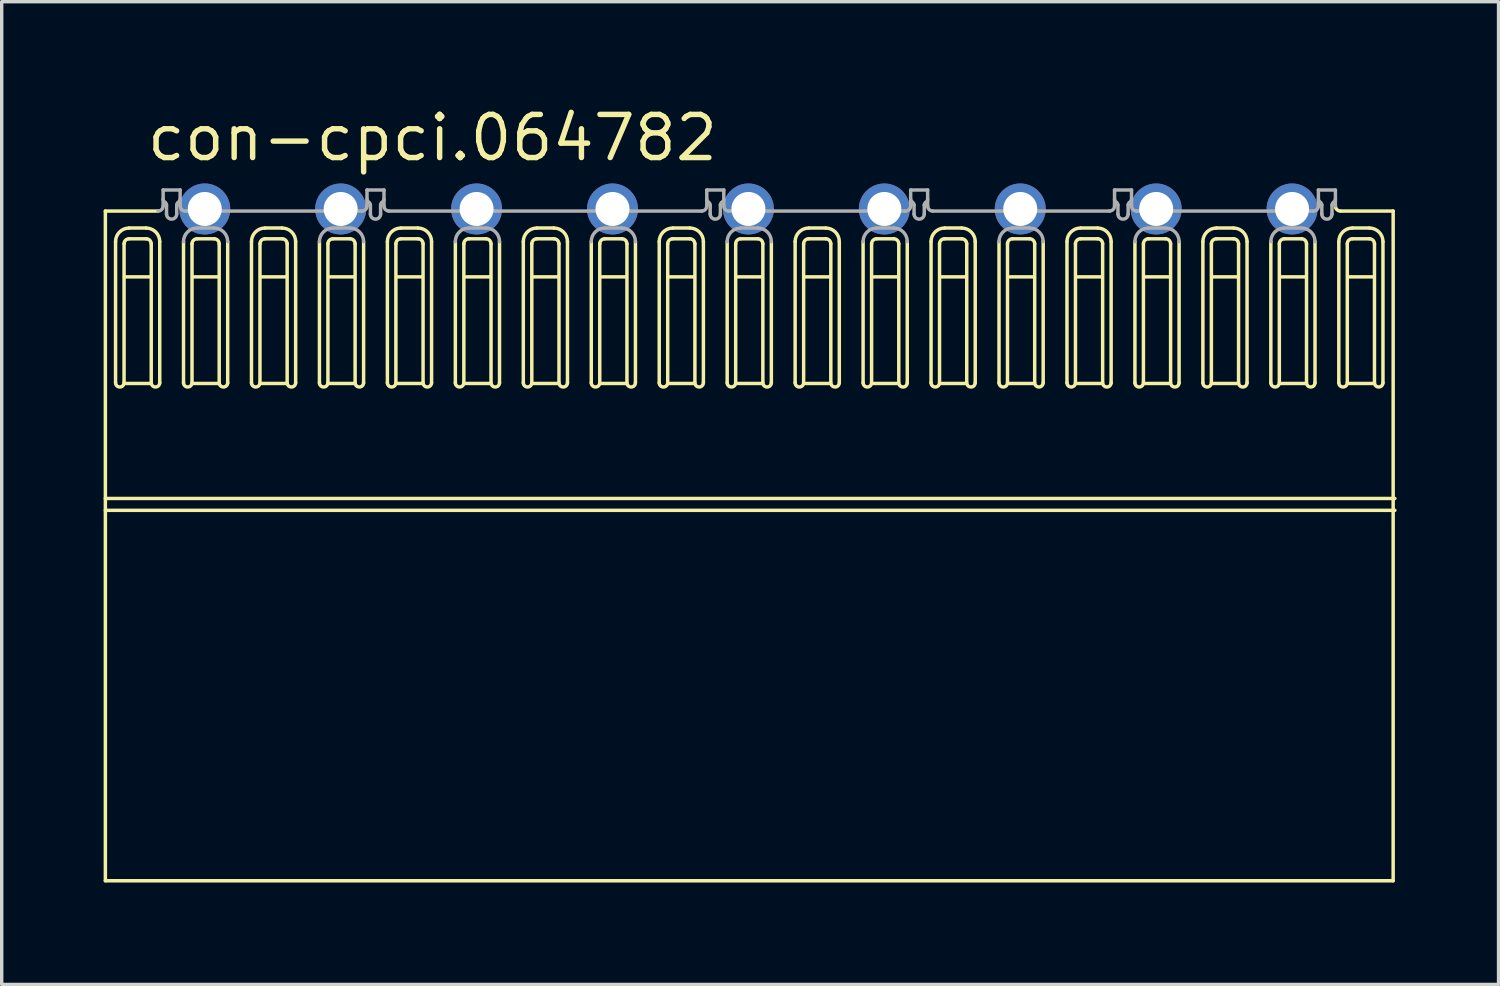
<source format=kicad_pcb>
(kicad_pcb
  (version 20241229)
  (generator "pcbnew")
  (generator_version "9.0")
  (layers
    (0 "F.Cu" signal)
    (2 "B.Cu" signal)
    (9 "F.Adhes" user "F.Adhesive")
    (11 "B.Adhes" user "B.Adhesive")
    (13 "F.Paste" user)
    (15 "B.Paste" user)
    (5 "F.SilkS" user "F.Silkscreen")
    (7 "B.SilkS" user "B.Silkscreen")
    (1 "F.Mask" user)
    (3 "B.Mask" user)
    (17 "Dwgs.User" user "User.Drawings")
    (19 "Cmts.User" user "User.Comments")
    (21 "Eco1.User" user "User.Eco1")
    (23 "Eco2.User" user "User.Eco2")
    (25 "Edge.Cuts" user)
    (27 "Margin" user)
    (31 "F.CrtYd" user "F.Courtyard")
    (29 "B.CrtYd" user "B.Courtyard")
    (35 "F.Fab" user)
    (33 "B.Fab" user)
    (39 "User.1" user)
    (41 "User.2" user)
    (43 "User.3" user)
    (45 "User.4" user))
  (footprint "con-cpci.064782"
    (layer "F.Cu")
    (at 18.976 3.1)
    (property "Reference" "con-cpci.064782" (at -17.78 -1.35 0) (layer "F.SilkS") (effects (font (size 1.27 1.27) (thickness 0.16)) (justify left bottom)))
    (attr through_hole)
    (fp_line (start -18.925 0.061) (end -18.925 19.771) (stroke (width 0.102) (type default)) (layer "F.SilkS"))
    (fp_line (start -18.925 0.061) (end -17.375 0.061) (stroke (width 0.102) (type default)) (layer "F.SilkS"))
    (fp_line (start -18.925 8.52) (end 19.025 8.52) (stroke (width 0.102) (type default)) (layer "F.SilkS"))
    (fp_line (start -18.925 8.87) (end 19.025 8.87) (stroke (width 0.102) (type default)) (layer "F.SilkS"))
    (fp_line (start -18.625 5.114) (end -18.625 0.961) (stroke (width 0.102) (type default)) (layer "F.SilkS"))
    (fp_line (start -18.375 1.027) (end -18.375 5.114) (stroke (width 0.102) (type default)) (layer "F.SilkS"))
    (fp_line (start -18.325 1.999) (end -17.625 1.999) (stroke (width 0.102) (type default)) (layer "F.SilkS"))
    (fp_line (start -18.325 5.136) (end -17.625 5.136) (stroke (width 0.102) (type default)) (layer "F.SilkS"))
    (fp_line (start -18.225 0.561) (end -17.725 0.561) (stroke (width 0.102) (type default)) (layer "F.SilkS"))
    (fp_line (start -17.725 0.877) (end -18.225 0.877) (stroke (width 0.102) (type default)) (layer "F.SilkS"))
    (fp_line (start -17.575 5.114) (end -17.575 1.027) (stroke (width 0.102) (type default)) (layer "F.SilkS"))
    (fp_line (start -17.325 0.961) (end -17.325 5.114) (stroke (width 0.102) (type default)) (layer "F.SilkS"))
    (fp_line (start -16.625 5.114) (end -16.625 0.961) (stroke (width 0.102) (type default)) (layer "F.SilkS"))
    (fp_line (start -16.375 1.027) (end -16.375 5.114) (stroke (width 0.102) (type default)) (layer "F.SilkS"))
    (fp_line (start -16.325 1.999) (end -15.625 1.999) (stroke (width 0.102) (type default)) (layer "F.SilkS"))
    (fp_line (start -16.325 5.136) (end -15.625 5.136) (stroke (width 0.102) (type default)) (layer "F.SilkS"))
    (fp_line (start -15.725 0.877) (end -16.225 0.877) (stroke (width 0.102) (type default)) (layer "F.SilkS"))
    (fp_line (start -15.575 5.114) (end -15.575 1.027) (stroke (width 0.102) (type default)) (layer "F.SilkS"))
    (fp_line (start -15.325 0.961) (end -15.325 5.114) (stroke (width 0.102) (type default)) (layer "F.SilkS"))
    (fp_line (start -14.625 5.114) (end -14.625 0.961) (stroke (width 0.102) (type default)) (layer "F.SilkS"))
    (fp_line (start -14.375 1.027) (end -14.375 5.114) (stroke (width 0.102) (type default)) (layer "F.SilkS"))
    (fp_line (start -14.325 1.999) (end -13.625 1.999) (stroke (width 0.102) (type default)) (layer "F.SilkS"))
    (fp_line (start -14.325 5.136) (end -13.625 5.136) (stroke (width 0.102) (type default)) (layer "F.SilkS"))
    (fp_line (start -14.225 0.561) (end -13.725 0.561) (stroke (width 0.102) (type default)) (layer "F.SilkS"))
    (fp_line (start -13.725 0.877) (end -14.225 0.877) (stroke (width 0.102) (type default)) (layer "F.SilkS"))
    (fp_line (start -13.575 5.114) (end -13.575 1.027) (stroke (width 0.102) (type default)) (layer "F.SilkS"))
    (fp_line (start -13.325 0.961) (end -13.325 5.114) (stroke (width 0.102) (type default)) (layer "F.SilkS"))
    (fp_line (start -12.625 5.114) (end -12.625 0.961) (stroke (width 0.102) (type default)) (layer "F.SilkS"))
    (fp_line (start -12.375 1.027) (end -12.375 5.114) (stroke (width 0.102) (type default)) (layer "F.SilkS"))
    (fp_line (start -12.325 1.999) (end -11.625 1.999) (stroke (width 0.102) (type default)) (layer "F.SilkS"))
    (fp_line (start -12.325 5.136) (end -11.625 5.136) (stroke (width 0.102) (type default)) (layer "F.SilkS"))
    (fp_line (start -11.725 0.877) (end -12.225 0.877) (stroke (width 0.102) (type default)) (layer "F.SilkS"))
    (fp_line (start -11.575 5.114) (end -11.575 1.027) (stroke (width 0.102) (type default)) (layer "F.SilkS"))
    (fp_line (start -11.325 0.961) (end -11.325 5.114) (stroke (width 0.102) (type default)) (layer "F.SilkS"))
    (fp_line (start -10.625 5.114) (end -10.625 0.961) (stroke (width 0.102) (type default)) (layer "F.SilkS"))
    (fp_line (start -10.375 1.027) (end -10.375 5.114) (stroke (width 0.102) (type default)) (layer "F.SilkS"))
    (fp_line (start -10.325 1.999) (end -9.625 1.999) (stroke (width 0.102) (type default)) (layer "F.SilkS"))
    (fp_line (start -10.325 5.136) (end -9.625 5.136) (stroke (width 0.102) (type default)) (layer "F.SilkS"))
    (fp_line (start -10.225 0.561) (end -9.725 0.561) (stroke (width 0.102) (type default)) (layer "F.SilkS"))
    (fp_line (start -9.725 0.877) (end -10.225 0.877) (stroke (width 0.102) (type default)) (layer "F.SilkS"))
    (fp_line (start -9.575 5.114) (end -9.575 1.027) (stroke (width 0.102) (type default)) (layer "F.SilkS"))
    (fp_line (start -9.325 0.961) (end -9.325 5.114) (stroke (width 0.102) (type default)) (layer "F.SilkS"))
    (fp_line (start -8.625 5.114) (end -8.625 0.961) (stroke (width 0.102) (type default)) (layer "F.SilkS"))
    (fp_line (start -8.375 1.027) (end -8.375 5.114) (stroke (width 0.102) (type default)) (layer "F.SilkS"))
    (fp_line (start -8.325 1.999) (end -7.625 1.999) (stroke (width 0.102) (type default)) (layer "F.SilkS"))
    (fp_line (start -8.325 5.136) (end -7.625 5.136) (stroke (width 0.102) (type default)) (layer "F.SilkS"))
    (fp_line (start -7.725 0.877) (end -8.225 0.877) (stroke (width 0.102) (type default)) (layer "F.SilkS"))
    (fp_line (start -7.575 5.114) (end -7.575 1.027) (stroke (width 0.102) (type default)) (layer "F.SilkS"))
    (fp_line (start -7.325 0.961) (end -7.325 5.114) (stroke (width 0.102) (type default)) (layer "F.SilkS"))
    (fp_line (start -6.625 5.114) (end -6.625 0.961) (stroke (width 0.102) (type default)) (layer "F.SilkS"))
    (fp_line (start -6.375 1.027) (end -6.375 5.114) (stroke (width 0.102) (type default)) (layer "F.SilkS"))
    (fp_line (start -6.325 1.999) (end -5.625 1.999) (stroke (width 0.102) (type default)) (layer "F.SilkS"))
    (fp_line (start -6.325 5.136) (end -5.625 5.136) (stroke (width 0.102) (type default)) (layer "F.SilkS"))
    (fp_line (start -6.225 0.561) (end -5.725 0.561) (stroke (width 0.102) (type default)) (layer "F.SilkS"))
    (fp_line (start -5.725 0.877) (end -6.225 0.877) (stroke (width 0.102) (type default)) (layer "F.SilkS"))
    (fp_line (start -5.575 5.114) (end -5.575 1.027) (stroke (width 0.102) (type default)) (layer "F.SilkS"))
    (fp_line (start -5.325 0.961) (end -5.325 5.114) (stroke (width 0.102) (type default)) (layer "F.SilkS"))
    (fp_line (start -4.625 5.114) (end -4.625 0.961) (stroke (width 0.102) (type default)) (layer "F.SilkS"))
    (fp_line (start -4.375 1.027) (end -4.375 5.114) (stroke (width 0.102) (type default)) (layer "F.SilkS"))
    (fp_line (start -4.325 1.999) (end -3.625 1.999) (stroke (width 0.102) (type default)) (layer "F.SilkS"))
    (fp_line (start -4.325 5.136) (end -3.625 5.136) (stroke (width 0.102) (type default)) (layer "F.SilkS"))
    (fp_line (start -3.725 0.877) (end -4.225 0.877) (stroke (width 0.102) (type default)) (layer "F.SilkS"))
    (fp_line (start -3.575 5.114) (end -3.575 1.027) (stroke (width 0.102) (type default)) (layer "F.SilkS"))
    (fp_line (start -3.325 0.961) (end -3.325 5.114) (stroke (width 0.102) (type default)) (layer "F.SilkS"))
    (fp_line (start -2.625 0.961) (end -2.625 5.114) (stroke (width 0.102) (type default)) (layer "F.SilkS"))
    (fp_line (start -2.375 5.114) (end -2.375 1.027) (stroke (width 0.102) (type default)) (layer "F.SilkS"))
    (fp_line (start -2.225 0.877) (end -1.725 0.877) (stroke (width 0.102) (type default)) (layer "F.SilkS"))
    (fp_line (start -1.725 0.561) (end -2.225 0.561) (stroke (width 0.102) (type default)) (layer "F.SilkS"))
    (fp_line (start -1.625 1.999) (end -2.325 1.999) (stroke (width 0.102) (type default)) (layer "F.SilkS"))
    (fp_line (start -1.625 5.136) (end -2.325 5.136) (stroke (width 0.102) (type default)) (layer "F.SilkS"))
    (fp_line (start -1.575 1.027) (end -1.575 5.114) (stroke (width 0.102) (type default)) (layer "F.SilkS"))
    (fp_line (start -1.325 5.114) (end -1.325 0.961) (stroke (width 0.102) (type default)) (layer "F.SilkS"))
    (fp_line (start -0.625 0.961) (end -0.625 5.114) (stroke (width 0.102) (type default)) (layer "F.SilkS"))
    (fp_line (start -0.375 5.114) (end -0.375 1.027) (stroke (width 0.102) (type default)) (layer "F.SilkS"))
    (fp_line (start -0.225 0.877) (end 0.275 0.877) (stroke (width 0.102) (type default)) (layer "F.SilkS"))
    (fp_line (start 0.375 1.999) (end -0.325 1.999) (stroke (width 0.102) (type default)) (layer "F.SilkS"))
    (fp_line (start 0.375 5.136) (end -0.325 5.136) (stroke (width 0.102) (type default)) (layer "F.SilkS"))
    (fp_line (start 0.425 1.027) (end 0.425 5.114) (stroke (width 0.102) (type default)) (layer "F.SilkS"))
    (fp_line (start 0.675 5.114) (end 0.675 0.961) (stroke (width 0.102) (type default)) (layer "F.SilkS"))
    (fp_line (start 1.375 0.961) (end 1.375 5.114) (stroke (width 0.102) (type default)) (layer "F.SilkS"))
    (fp_line (start 1.625 5.114) (end 1.625 1.027) (stroke (width 0.102) (type default)) (layer "F.SilkS"))
    (fp_line (start 1.775 0.877) (end 2.275 0.877) (stroke (width 0.102) (type default)) (layer "F.SilkS"))
    (fp_line (start 2.275 0.561) (end 1.775 0.561) (stroke (width 0.102) (type default)) (layer "F.SilkS"))
    (fp_line (start 2.375 1.999) (end 1.675 1.999) (stroke (width 0.102) (type default)) (layer "F.SilkS"))
    (fp_line (start 2.375 5.136) (end 1.675 5.136) (stroke (width 0.102) (type default)) (layer "F.SilkS"))
    (fp_line (start 2.425 1.027) (end 2.425 5.114) (stroke (width 0.102) (type default)) (layer "F.SilkS"))
    (fp_line (start 2.675 5.114) (end 2.675 0.961) (stroke (width 0.102) (type default)) (layer "F.SilkS"))
    (fp_line (start 3.375 0.961) (end 3.375 5.114) (stroke (width 0.102) (type default)) (layer "F.SilkS"))
    (fp_line (start 3.625 5.114) (end 3.625 1.027) (stroke (width 0.102) (type default)) (layer "F.SilkS"))
    (fp_line (start 3.775 0.877) (end 4.275 0.877) (stroke (width 0.102) (type default)) (layer "F.SilkS"))
    (fp_line (start 4.375 1.999) (end 3.675 1.999) (stroke (width 0.102) (type default)) (layer "F.SilkS"))
    (fp_line (start 4.375 5.136) (end 3.675 5.136) (stroke (width 0.102) (type default)) (layer "F.SilkS"))
    (fp_line (start 4.425 1.027) (end 4.425 5.114) (stroke (width 0.102) (type default)) (layer "F.SilkS"))
    (fp_line (start 4.675 5.114) (end 4.675 0.961) (stroke (width 0.102) (type default)) (layer "F.SilkS"))
    (fp_line (start 5.375 0.961) (end 5.375 5.114) (stroke (width 0.102) (type default)) (layer "F.SilkS"))
    (fp_line (start 5.625 5.114) (end 5.625 1.027) (stroke (width 0.102) (type default)) (layer "F.SilkS"))
    (fp_line (start 5.775 0.877) (end 6.275 0.877) (stroke (width 0.102) (type default)) (layer "F.SilkS"))
    (fp_line (start 6.275 0.561) (end 5.775 0.561) (stroke (width 0.102) (type default)) (layer "F.SilkS"))
    (fp_line (start 6.375 1.999) (end 5.675 1.999) (stroke (width 0.102) (type default)) (layer "F.SilkS"))
    (fp_line (start 6.375 5.136) (end 5.675 5.136) (stroke (width 0.102) (type default)) (layer "F.SilkS"))
    (fp_line (start 6.425 1.027) (end 6.425 5.114) (stroke (width 0.102) (type default)) (layer "F.SilkS"))
    (fp_line (start 6.675 5.114) (end 6.675 0.961) (stroke (width 0.102) (type default)) (layer "F.SilkS"))
    (fp_line (start 7.375 0.961) (end 7.375 5.114) (stroke (width 0.102) (type default)) (layer "F.SilkS"))
    (fp_line (start 7.625 5.114) (end 7.625 1.027) (stroke (width 0.102) (type default)) (layer "F.SilkS"))
    (fp_line (start 7.775 0.877) (end 8.275 0.877) (stroke (width 0.102) (type default)) (layer "F.SilkS"))
    (fp_line (start 8.375 1.999) (end 7.675 1.999) (stroke (width 0.102) (type default)) (layer "F.SilkS"))
    (fp_line (start 8.375 5.136) (end 7.675 5.136) (stroke (width 0.102) (type default)) (layer "F.SilkS"))
    (fp_line (start 8.425 1.027) (end 8.425 5.114) (stroke (width 0.102) (type default)) (layer "F.SilkS"))
    (fp_line (start 8.675 5.114) (end 8.675 0.961) (stroke (width 0.102) (type default)) (layer "F.SilkS"))
    (fp_line (start 9.375 0.961) (end 9.375 5.114) (stroke (width 0.102) (type default)) (layer "F.SilkS"))
    (fp_line (start 9.625 5.114) (end 9.625 1.027) (stroke (width 0.102) (type default)) (layer "F.SilkS"))
    (fp_line (start 9.775 0.877) (end 10.275 0.877) (stroke (width 0.102) (type default)) (layer "F.SilkS"))
    (fp_line (start 10.275 0.561) (end 9.775 0.561) (stroke (width 0.102) (type default)) (layer "F.SilkS"))
    (fp_line (start 10.375 1.999) (end 9.675 1.999) (stroke (width 0.102) (type default)) (layer "F.SilkS"))
    (fp_line (start 10.375 5.136) (end 9.675 5.136) (stroke (width 0.102) (type default)) (layer "F.SilkS"))
    (fp_line (start 10.425 1.027) (end 10.425 5.114) (stroke (width 0.102) (type default)) (layer "F.SilkS"))
    (fp_line (start 10.675 5.114) (end 10.675 0.961) (stroke (width 0.102) (type default)) (layer "F.SilkS"))
    (fp_line (start 11.375 0.961) (end 11.375 5.114) (stroke (width 0.102) (type default)) (layer "F.SilkS"))
    (fp_line (start 11.625 5.114) (end 11.625 1.027) (stroke (width 0.102) (type default)) (layer "F.SilkS"))
    (fp_line (start 11.775 0.877) (end 12.275 0.877) (stroke (width 0.102) (type default)) (layer "F.SilkS"))
    (fp_line (start 12.375 1.999) (end 11.675 1.999) (stroke (width 0.102) (type default)) (layer "F.SilkS"))
    (fp_line (start 12.375 5.136) (end 11.675 5.136) (stroke (width 0.102) (type default)) (layer "F.SilkS"))
    (fp_line (start 12.425 1.027) (end 12.425 5.114) (stroke (width 0.102) (type default)) (layer "F.SilkS"))
    (fp_line (start 12.675 5.114) (end 12.675 0.961) (stroke (width 0.102) (type default)) (layer "F.SilkS"))
    (fp_line (start 13.375 0.961) (end 13.375 5.114) (stroke (width 0.102) (type default)) (layer "F.SilkS"))
    (fp_line (start 13.625 5.114) (end 13.625 1.027) (stroke (width 0.102) (type default)) (layer "F.SilkS"))
    (fp_line (start 13.775 0.877) (end 14.275 0.877) (stroke (width 0.102) (type default)) (layer "F.SilkS"))
    (fp_line (start 14.275 0.561) (end 13.775 0.561) (stroke (width 0.102) (type default)) (layer "F.SilkS"))
    (fp_line (start 14.375 1.999) (end 13.675 1.999) (stroke (width 0.102) (type default)) (layer "F.SilkS"))
    (fp_line (start 14.375 5.136) (end 13.675 5.136) (stroke (width 0.102) (type default)) (layer "F.SilkS"))
    (fp_line (start 14.425 1.027) (end 14.425 5.114) (stroke (width 0.102) (type default)) (layer "F.SilkS"))
    (fp_line (start 14.675 5.114) (end 14.675 0.961) (stroke (width 0.102) (type default)) (layer "F.SilkS"))
    (fp_line (start 15.375 0.961) (end 15.375 5.114) (stroke (width 0.102) (type default)) (layer "F.SilkS"))
    (fp_line (start 15.625 5.114) (end 15.625 1.027) (stroke (width 0.102) (type default)) (layer "F.SilkS"))
    (fp_line (start 15.775 0.877) (end 16.275 0.877) (stroke (width 0.102) (type default)) (layer "F.SilkS"))
    (fp_line (start 16.375 1.999) (end 15.675 1.999) (stroke (width 0.102) (type default)) (layer "F.SilkS"))
    (fp_line (start 16.375 5.136) (end 15.675 5.136) (stroke (width 0.102) (type default)) (layer "F.SilkS"))
    (fp_line (start 16.425 1.027) (end 16.425 5.114) (stroke (width 0.102) (type default)) (layer "F.SilkS"))
    (fp_line (start 16.675 5.114) (end 16.675 0.961) (stroke (width 0.102) (type default)) (layer "F.SilkS"))
    (fp_line (start 17.375 0.961) (end 17.375 5.114) (stroke (width 0.102) (type default)) (layer "F.SilkS"))
    (fp_line (start 17.425 0.061) (end 18.975 0.061) (stroke (width 0.102) (type default)) (layer "F.SilkS"))
    (fp_line (start 17.625 5.114) (end 17.625 1.027) (stroke (width 0.102) (type default)) (layer "F.SilkS"))
    (fp_line (start 17.775 0.877) (end 18.275 0.877) (stroke (width 0.102) (type default)) (layer "F.SilkS"))
    (fp_line (start 18.275 0.561) (end 17.775 0.561) (stroke (width 0.102) (type default)) (layer "F.SilkS"))
    (fp_line (start 18.375 1.999) (end 17.675 1.999) (stroke (width 0.102) (type default)) (layer "F.SilkS"))
    (fp_line (start 18.375 5.136) (end 17.675 5.136) (stroke (width 0.102) (type default)) (layer "F.SilkS"))
    (fp_line (start 18.425 1.027) (end 18.425 5.114) (stroke (width 0.102) (type default)) (layer "F.SilkS"))
    (fp_line (start 18.675 5.114) (end 18.675 0.961) (stroke (width 0.102) (type default)) (layer "F.SilkS"))
    (fp_line (start 18.975 0.061) (end 18.975 19.771) (stroke (width 0.102) (type default)) (layer "F.SilkS"))
    (fp_line (start 18.975 19.771) (end -18.925 19.771) (stroke (width 0.102) (type default)) (layer "F.SilkS"))
    (fp_arc (start -18.6252 0.9612) (mid -18.508043 0.678357) (end -18.2252 0.5612) (stroke (width 0.1016) (type default)) (layer "F.SilkS"))
    (fp_arc (start -18.3752 1.0269) (mid -18.331266 0.920834) (end -18.2252 0.8769) (stroke (width 0.1016) (type default)) (layer "F.SilkS"))
    (fp_arc (start -18.3752 5.1139) (mid -18.5002 5.2389) (end -18.6252 5.1139) (stroke (width 0.1016) (type default)) (layer "F.SilkS"))
    (fp_arc (start -17.7252 0.5612) (mid -17.442357 0.678357) (end -17.3252 0.9612) (stroke (width 0.1016) (type default)) (layer "F.SilkS"))
    (fp_arc (start -17.7252 0.8769) (mid -17.619134 0.920834) (end -17.5752 1.0269) (stroke (width 0.1016) (type default)) (layer "F.SilkS"))
    (fp_arc (start -17.3252 5.1139) (mid -17.4502 5.2389) (end -17.5752 5.1139) (stroke (width 0.1016) (type default)) (layer "F.SilkS"))
    (fp_arc (start -16.3752 1.0269) (mid -16.331266 0.920834) (end -16.2252 0.8769) (stroke (width 0.1016) (type default)) (layer "F.SilkS"))
    (fp_arc (start -16.3752 5.1139) (mid -16.5002 5.2389) (end -16.6252 5.1139) (stroke (width 0.1016) (type default)) (layer "F.SilkS"))
    (fp_arc (start -15.7252 0.8769) (mid -15.619134 0.920834) (end -15.5752 1.0269) (stroke (width 0.1016) (type default)) (layer "F.SilkS"))
    (fp_arc (start -15.3252 5.1139) (mid -15.4502 5.2389) (end -15.5752 5.1139) (stroke (width 0.1016) (type default)) (layer "F.SilkS"))
    (fp_arc (start -14.6252 0.9612) (mid -14.508043 0.678357) (end -14.2252 0.5612) (stroke (width 0.1016) (type default)) (layer "F.SilkS"))
    (fp_arc (start -14.3752 1.0269) (mid -14.331266 0.920834) (end -14.2252 0.8769) (stroke (width 0.1016) (type default)) (layer "F.SilkS"))
    (fp_arc (start -14.3752 5.1139) (mid -14.5002 5.2389) (end -14.6252 5.1139) (stroke (width 0.1016) (type default)) (layer "F.SilkS"))
    (fp_arc (start -13.7252 0.5612) (mid -13.442357 0.678357) (end -13.3252 0.9612) (stroke (width 0.1016) (type default)) (layer "F.SilkS"))
    (fp_arc (start -13.7252 0.8769) (mid -13.619134 0.920834) (end -13.5752 1.0269) (stroke (width 0.1016) (type default)) (layer "F.SilkS"))
    (fp_arc (start -13.3252 5.1139) (mid -13.4502 5.2389) (end -13.5752 5.1139) (stroke (width 0.1016) (type default)) (layer "F.SilkS"))
    (fp_arc (start -12.3752 1.0269) (mid -12.331266 0.920834) (end -12.2252 0.8769) (stroke (width 0.1016) (type default)) (layer "F.SilkS"))
    (fp_arc (start -12.3752 5.1139) (mid -12.5002 5.2389) (end -12.6252 5.1139) (stroke (width 0.1016) (type default)) (layer "F.SilkS"))
    (fp_arc (start -11.7252 0.8769) (mid -11.619134 0.920834) (end -11.5752 1.0269) (stroke (width 0.1016) (type default)) (layer "F.SilkS"))
    (fp_arc (start -11.3252 5.1139) (mid -11.4502 5.2389) (end -11.5752 5.1139) (stroke (width 0.1016) (type default)) (layer "F.SilkS"))
    (fp_arc (start -10.6252 0.9612) (mid -10.508043 0.678357) (end -10.2252 0.5612) (stroke (width 0.1016) (type default)) (layer "F.SilkS"))
    (fp_arc (start -10.3752 1.0269) (mid -10.331266 0.920834) (end -10.2252 0.8769) (stroke (width 0.1016) (type default)) (layer "F.SilkS"))
    (fp_arc (start -10.3752 5.1139) (mid -10.5002 5.2389) (end -10.6252 5.1139) (stroke (width 0.1016) (type default)) (layer "F.SilkS"))
    (fp_arc (start -9.7252 0.5612) (mid -9.442357 0.678357) (end -9.3252 0.9612) (stroke (width 0.1016) (type default)) (layer "F.SilkS"))
    (fp_arc (start -9.7252 0.8769) (mid -9.619134 0.920834) (end -9.5752 1.0269) (stroke (width 0.1016) (type default)) (layer "F.SilkS"))
    (fp_arc (start -9.3252 5.1139) (mid -9.4502 5.2389) (end -9.5752 5.1139) (stroke (width 0.1016) (type default)) (layer "F.SilkS"))
    (fp_arc (start -8.3752 1.0269) (mid -8.331266 0.920834) (end -8.2252 0.8769) (stroke (width 0.1016) (type default)) (layer "F.SilkS"))
    (fp_arc (start -8.3752 5.1139) (mid -8.5002 5.2389) (end -8.6252 5.1139) (stroke (width 0.1016) (type default)) (layer "F.SilkS"))
    (fp_arc (start -7.7252 0.8769) (mid -7.619134 0.920834) (end -7.5752 1.0269) (stroke (width 0.1016) (type default)) (layer "F.SilkS"))
    (fp_arc (start -7.3252 5.1139) (mid -7.4502 5.2389) (end -7.5752 5.1139) (stroke (width 0.1016) (type default)) (layer "F.SilkS"))
    (fp_arc (start -6.6252 0.9612) (mid -6.508043 0.678357) (end -6.2252 0.5612) (stroke (width 0.1016) (type default)) (layer "F.SilkS"))
    (fp_arc (start -6.3752 1.0269) (mid -6.331266 0.920834) (end -6.2252 0.8769) (stroke (width 0.1016) (type default)) (layer "F.SilkS"))
    (fp_arc (start -6.3752 5.1139) (mid -6.5002 5.2389) (end -6.6252 5.1139) (stroke (width 0.1016) (type default)) (layer "F.SilkS"))
    (fp_arc (start -5.7252 0.5612) (mid -5.442357 0.678357) (end -5.3252 0.9612) (stroke (width 0.1016) (type default)) (layer "F.SilkS"))
    (fp_arc (start -5.7252 0.8769) (mid -5.619134 0.920834) (end -5.5752 1.0269) (stroke (width 0.1016) (type default)) (layer "F.SilkS"))
    (fp_arc (start -5.3252 5.1139) (mid -5.4502 5.2389) (end -5.5752 5.1139) (stroke (width 0.1016) (type default)) (layer "F.SilkS"))
    (fp_arc (start -4.3752 1.0269) (mid -4.331266 0.920834) (end -4.2252 0.8769) (stroke (width 0.1016) (type default)) (layer "F.SilkS"))
    (fp_arc (start -4.3752 5.1139) (mid -4.5002 5.2389) (end -4.6252 5.1139) (stroke (width 0.1016) (type default)) (layer "F.SilkS"))
    (fp_arc (start -3.7252 0.8769) (mid -3.619134 0.920834) (end -3.5752 1.0269) (stroke (width 0.1016) (type default)) (layer "F.SilkS"))
    (fp_arc (start -3.3252 5.1139) (mid -3.4502 5.2389) (end -3.5752 5.1139) (stroke (width 0.1016) (type default)) (layer "F.SilkS"))
    (fp_arc (start -2.6252 0.9612) (mid -2.508043 0.678357) (end -2.2252 0.5612) (stroke (width 0.1016) (type default)) (layer "F.SilkS"))
    (fp_arc (start -2.3752 1.0269) (mid -2.331266 0.920834) (end -2.2252 0.8769) (stroke (width 0.1016) (type default)) (layer "F.SilkS"))
    (fp_arc (start -2.3752 5.1139) (mid -2.5002 5.2389) (end -2.6252 5.1139) (stroke (width 0.1016) (type default)) (layer "F.SilkS"))
    (fp_arc (start -1.7252 0.5612) (mid -1.442357 0.678357) (end -1.3252 0.9612) (stroke (width 0.1016) (type default)) (layer "F.SilkS"))
    (fp_arc (start -1.7252 0.8769) (mid -1.619134 0.920834) (end -1.5752 1.0269) (stroke (width 0.1016) (type default)) (layer "F.SilkS"))
    (fp_arc (start -1.3252 5.1139) (mid -1.4502 5.2389) (end -1.5752 5.1139) (stroke (width 0.1016) (type default)) (layer "F.SilkS"))
    (fp_arc (start -0.3752 1.0269) (mid -0.331266 0.920834) (end -0.2252 0.8769) (stroke (width 0.1016) (type default)) (layer "F.SilkS"))
    (fp_arc (start -0.3752 5.1139) (mid -0.5002 5.2389) (end -0.6252 5.1139) (stroke (width 0.1016) (type default)) (layer "F.SilkS"))
    (fp_arc (start 0.2748 0.8769) (mid 0.380866 0.920834) (end 0.4248 1.0269) (stroke (width 0.1016) (type default)) (layer "F.SilkS"))
    (fp_arc (start 0.6748 5.1139) (mid 0.5498 5.2389) (end 0.4248 5.1139) (stroke (width 0.1016) (type default)) (layer "F.SilkS"))
    (fp_arc (start 1.3748 0.9612) (mid 1.491957 0.678357) (end 1.7748 0.5612) (stroke (width 0.1016) (type default)) (layer "F.SilkS"))
    (fp_arc (start 1.6248 1.0269) (mid 1.668734 0.920834) (end 1.7748 0.8769) (stroke (width 0.1016) (type default)) (layer "F.SilkS"))
    (fp_arc (start 1.6248 5.1139) (mid 1.4998 5.2389) (end 1.3748 5.1139) (stroke (width 0.1016) (type default)) (layer "F.SilkS"))
    (fp_arc (start 2.2748 0.5612) (mid 2.557643 0.678357) (end 2.6748 0.9612) (stroke (width 0.1016) (type default)) (layer "F.SilkS"))
    (fp_arc (start 2.2748 0.8769) (mid 2.380866 0.920834) (end 2.4248 1.0269) (stroke (width 0.1016) (type default)) (layer "F.SilkS"))
    (fp_arc (start 2.6748 5.1139) (mid 2.5498 5.2389) (end 2.4248 5.1139) (stroke (width 0.1016) (type default)) (layer "F.SilkS"))
    (fp_arc (start 3.6248 1.0269) (mid 3.668734 0.920834) (end 3.7748 0.8769) (stroke (width 0.1016) (type default)) (layer "F.SilkS"))
    (fp_arc (start 3.6248 5.1139) (mid 3.4998 5.2389) (end 3.3748 5.1139) (stroke (width 0.1016) (type default)) (layer "F.SilkS"))
    (fp_arc (start 4.2748 0.8769) (mid 4.380866 0.920834) (end 4.4248 1.0269) (stroke (width 0.1016) (type default)) (layer "F.SilkS"))
    (fp_arc (start 4.6748 5.1139) (mid 4.5498 5.2389) (end 4.4248 5.1139) (stroke (width 0.1016) (type default)) (layer "F.SilkS"))
    (fp_arc (start 5.3748 0.9612) (mid 5.491957 0.678357) (end 5.7748 0.5612) (stroke (width 0.1016) (type default)) (layer "F.SilkS"))
    (fp_arc (start 5.6248 1.0269) (mid 5.668734 0.920834) (end 5.7748 0.8769) (stroke (width 0.1016) (type default)) (layer "F.SilkS"))
    (fp_arc (start 5.6248 5.1139) (mid 5.4998 5.2389) (end 5.3748 5.1139) (stroke (width 0.1016) (type default)) (layer "F.SilkS"))
    (fp_arc (start 6.2748 0.5612) (mid 6.557643 0.678357) (end 6.6748 0.9612) (stroke (width 0.1016) (type default)) (layer "F.SilkS"))
    (fp_arc (start 6.2748 0.8769) (mid 6.380866 0.920834) (end 6.4248 1.0269) (stroke (width 0.1016) (type default)) (layer "F.SilkS"))
    (fp_arc (start 6.6748 5.1139) (mid 6.5498 5.2389) (end 6.4248 5.1139) (stroke (width 0.1016) (type default)) (layer "F.SilkS"))
    (fp_arc (start 7.6248 1.0269) (mid 7.668734 0.920834) (end 7.7748 0.8769) (stroke (width 0.1016) (type default)) (layer "F.SilkS"))
    (fp_arc (start 7.6248 5.1139) (mid 7.4998 5.2389) (end 7.3748 5.1139) (stroke (width 0.1016) (type default)) (layer "F.SilkS"))
    (fp_arc (start 8.2748 0.8769) (mid 8.380866 0.920834) (end 8.4248 1.0269) (stroke (width 0.1016) (type default)) (layer "F.SilkS"))
    (fp_arc (start 8.6748 5.1139) (mid 8.5498 5.2389) (end 8.4248 5.1139) (stroke (width 0.1016) (type default)) (layer "F.SilkS"))
    (fp_arc (start 9.3748 0.9612) (mid 9.491957 0.678357) (end 9.7748 0.5612) (stroke (width 0.1016) (type default)) (layer "F.SilkS"))
    (fp_arc (start 9.6248 1.0269) (mid 9.668734 0.920834) (end 9.7748 0.8769) (stroke (width 0.1016) (type default)) (layer "F.SilkS"))
    (fp_arc (start 9.6248 5.1139) (mid 9.4998 5.2389) (end 9.3748 5.1139) (stroke (width 0.1016) (type default)) (layer "F.SilkS"))
    (fp_arc (start 10.2748 0.5612) (mid 10.557643 0.678357) (end 10.6748 0.9612) (stroke (width 0.1016) (type default)) (layer "F.SilkS"))
    (fp_arc (start 10.2748 0.8769) (mid 10.380866 0.920834) (end 10.4248 1.0269) (stroke (width 0.1016) (type default)) (layer "F.SilkS"))
    (fp_arc (start 10.6748 5.1139) (mid 10.5498 5.2389) (end 10.4248 5.1139) (stroke (width 0.1016) (type default)) (layer "F.SilkS"))
    (fp_arc (start 11.6248 1.0269) (mid 11.668734 0.920834) (end 11.7748 0.8769) (stroke (width 0.1016) (type default)) (layer "F.SilkS"))
    (fp_arc (start 11.6248 5.1139) (mid 11.4998 5.2389) (end 11.3748 5.1139) (stroke (width 0.1016) (type default)) (layer "F.SilkS"))
    (fp_arc (start 12.2748 0.8769) (mid 12.380866 0.920834) (end 12.4248 1.0269) (stroke (width 0.1016) (type default)) (layer "F.SilkS"))
    (fp_arc (start 12.6748 5.1139) (mid 12.5498 5.2389) (end 12.4248 5.1139) (stroke (width 0.1016) (type default)) (layer "F.SilkS"))
    (fp_arc (start 13.3748 0.9612) (mid 13.491957 0.678357) (end 13.7748 0.5612) (stroke (width 0.1016) (type default)) (layer "F.SilkS"))
    (fp_arc (start 13.6248 1.0269) (mid 13.668734 0.920834) (end 13.7748 0.8769) (stroke (width 0.1016) (type default)) (layer "F.SilkS"))
    (fp_arc (start 13.6248 5.1139) (mid 13.4998 5.2389) (end 13.3748 5.1139) (stroke (width 0.1016) (type default)) (layer "F.SilkS"))
    (fp_arc (start 14.2748 0.5612) (mid 14.557643 0.678357) (end 14.6748 0.9612) (stroke (width 0.1016) (type default)) (layer "F.SilkS"))
    (fp_arc (start 14.2748 0.8769) (mid 14.380866 0.920834) (end 14.4248 1.0269) (stroke (width 0.1016) (type default)) (layer "F.SilkS"))
    (fp_arc (start 14.6748 5.1139) (mid 14.5498 5.2389) (end 14.4248 5.1139) (stroke (width 0.1016) (type default)) (layer "F.SilkS"))
    (fp_arc (start 15.6248 1.0269) (mid 15.668734 0.920834) (end 15.7748 0.8769) (stroke (width 0.1016) (type default)) (layer "F.SilkS"))
    (fp_arc (start 15.6248 5.1139) (mid 15.4998 5.2389) (end 15.3748 5.1139) (stroke (width 0.1016) (type default)) (layer "F.SilkS"))
    (fp_arc (start 16.2748 0.8769) (mid 16.380866 0.920834) (end 16.4248 1.0269) (stroke (width 0.1016) (type default)) (layer "F.SilkS"))
    (fp_arc (start 16.6748 5.1139) (mid 16.5498 5.2389) (end 16.4248 5.1139) (stroke (width 0.1016) (type default)) (layer "F.SilkS"))
    (fp_arc (start 17.3748 0.9612) (mid 17.491957 0.678357) (end 17.7748 0.5612) (stroke (width 0.1016) (type default)) (layer "F.SilkS"))
    (fp_arc (start 17.4249 0.0612) (mid 17.318769 0.017301) (end 17.2748 -0.0888) (stroke (width 0.1016) (type default)) (layer "F.SilkS"))
    (fp_arc (start 17.6248 1.0269) (mid 17.668734 0.920834) (end 17.7748 0.8769) (stroke (width 0.1016) (type default)) (layer "F.SilkS"))
    (fp_arc (start 17.6248 5.1139) (mid 17.4998 5.2389) (end 17.3748 5.1139) (stroke (width 0.1016) (type default)) (layer "F.SilkS"))
    (fp_arc (start 18.2748 0.5612) (mid 18.557643 0.678357) (end 18.6748 0.9612) (stroke (width 0.1016) (type default)) (layer "F.SilkS"))
    (fp_arc (start 18.2748 0.8769) (mid 18.380866 0.920834) (end 18.4248 1.0269) (stroke (width 0.1016) (type default)) (layer "F.SilkS"))
    (fp_arc (start 18.6748 5.1139) (mid 18.5498 5.2389) (end 18.4248 5.1139) (stroke (width 0.1016) (type default)) (layer "F.SilkS"))
    (fp_line (start -17.225 -0.559) (end -16.725 -0.559) (stroke (width 0.102) (type default)) (layer "F.Fab"))
    (fp_line (start -17.225 -0.089) (end -17.225 -0.559) (stroke (width 0.102) (type default)) (layer "F.Fab"))
    (fp_line (start -17.125 -0.113) (end -17.125 0.149) (stroke (width 0.102) (type default)) (layer "F.Fab"))
    (fp_line (start -16.825 0.149) (end -16.825 -0.113) (stroke (width 0.102) (type default)) (layer "F.Fab"))
    (fp_line (start -16.725 -0.559) (end -16.725 -0.089) (stroke (width 0.102) (type default)) (layer "F.Fab"))
    (fp_line (start -16.575 0.061) (end -11.375 0.061) (stroke (width 0.102) (type default)) (layer "F.Fab"))
    (fp_line (start -16.225 0.561) (end -15.725 0.561) (stroke (width 0.102) (type default)) (layer "F.Fab"))
    (fp_line (start -12.225 0.561) (end -11.725 0.561) (stroke (width 0.102) (type default)) (layer "F.Fab"))
    (fp_line (start -11.225 -0.559) (end -10.725 -0.559) (stroke (width 0.102) (type default)) (layer "F.Fab"))
    (fp_line (start -11.225 -0.089) (end -11.225 -0.559) (stroke (width 0.102) (type default)) (layer "F.Fab"))
    (fp_line (start -11.125 -0.113) (end -11.125 0.149) (stroke (width 0.102) (type default)) (layer "F.Fab"))
    (fp_line (start -10.825 0.149) (end -10.825 -0.113) (stroke (width 0.102) (type default)) (layer "F.Fab"))
    (fp_line (start -10.725 -0.559) (end -10.725 -0.089) (stroke (width 0.102) (type default)) (layer "F.Fab"))
    (fp_line (start -10.575 0.061) (end -1.375 0.061) (stroke (width 0.102) (type default)) (layer "F.Fab"))
    (fp_line (start -8.225 0.561) (end -7.725 0.561) (stroke (width 0.102) (type default)) (layer "F.Fab"))
    (fp_line (start -4.225 0.561) (end -3.725 0.561) (stroke (width 0.102) (type default)) (layer "F.Fab"))
    (fp_line (start -1.225 -0.559) (end -0.725 -0.559) (stroke (width 0.102) (type default)) (layer "F.Fab"))
    (fp_line (start -1.225 -0.089) (end -1.225 -0.559) (stroke (width 0.102) (type default)) (layer "F.Fab"))
    (fp_line (start -1.125 -0.113) (end -1.125 0.149) (stroke (width 0.102) (type default)) (layer "F.Fab"))
    (fp_line (start -0.825 0.149) (end -0.825 -0.113) (stroke (width 0.102) (type default)) (layer "F.Fab"))
    (fp_line (start -0.725 -0.559) (end -0.725 -0.089) (stroke (width 0.102) (type default)) (layer "F.Fab"))
    (fp_line (start -0.575 0.061) (end 4.625 0.061) (stroke (width 0.102) (type default)) (layer "F.Fab"))
    (fp_line (start 0.275 0.561) (end -0.225 0.561) (stroke (width 0.102) (type default)) (layer "F.Fab"))
    (fp_line (start 4.275 0.561) (end 3.775 0.561) (stroke (width 0.102) (type default)) (layer "F.Fab"))
    (fp_line (start 4.775 -0.559) (end 5.275 -0.559) (stroke (width 0.102) (type default)) (layer "F.Fab"))
    (fp_line (start 4.775 -0.089) (end 4.775 -0.559) (stroke (width 0.102) (type default)) (layer "F.Fab"))
    (fp_line (start 4.875 -0.113) (end 4.875 0.149) (stroke (width 0.102) (type default)) (layer "F.Fab"))
    (fp_line (start 5.175 0.149) (end 5.175 -0.113) (stroke (width 0.102) (type default)) (layer "F.Fab"))
    (fp_line (start 5.275 -0.559) (end 5.275 -0.089) (stroke (width 0.102) (type default)) (layer "F.Fab"))
    (fp_line (start 5.425 0.061) (end 10.625 0.061) (stroke (width 0.102) (type default)) (layer "F.Fab"))
    (fp_line (start 8.275 0.561) (end 7.775 0.561) (stroke (width 0.102) (type default)) (layer "F.Fab"))
    (fp_line (start 10.775 -0.559) (end 11.275 -0.559) (stroke (width 0.102) (type default)) (layer "F.Fab"))
    (fp_line (start 10.775 -0.089) (end 10.775 -0.559) (stroke (width 0.102) (type default)) (layer "F.Fab"))
    (fp_line (start 10.875 -0.113) (end 10.875 0.149) (stroke (width 0.102) (type default)) (layer "F.Fab"))
    (fp_line (start 11.175 0.149) (end 11.175 -0.113) (stroke (width 0.102) (type default)) (layer "F.Fab"))
    (fp_line (start 11.275 -0.559) (end 11.275 -0.089) (stroke (width 0.102) (type default)) (layer "F.Fab"))
    (fp_line (start 11.425 0.061) (end 16.625 0.061) (stroke (width 0.102) (type default)) (layer "F.Fab"))
    (fp_line (start 12.275 0.561) (end 11.775 0.561) (stroke (width 0.102) (type default)) (layer "F.Fab"))
    (fp_line (start 16.275 0.561) (end 15.775 0.561) (stroke (width 0.102) (type default)) (layer "F.Fab"))
    (fp_line (start 16.775 -0.559) (end 17.275 -0.559) (stroke (width 0.102) (type default)) (layer "F.Fab"))
    (fp_line (start 16.775 -0.089) (end 16.775 -0.559) (stroke (width 0.102) (type default)) (layer "F.Fab"))
    (fp_line (start 16.875 -0.113) (end 16.875 0.149) (stroke (width 0.102) (type default)) (layer "F.Fab"))
    (fp_line (start 17.175 0.149) (end 17.175 -0.113) (stroke (width 0.102) (type default)) (layer "F.Fab"))
    (fp_line (start 17.275 -0.559) (end 17.275 -0.089) (stroke (width 0.102) (type default)) (layer "F.Fab"))
    (fp_arc (start -17.2251 -0.0888) (mid -17.269034 0.017266) (end -17.3751 0.0612) (stroke (width 0.1016) (type default)) (layer "F.Fab"))
    (fp_arc (start -17.1751 -0.1997) (mid -17.211702 -0.236301) (end -17.2251 -0.2863) (stroke (width 0.1016) (type default)) (layer "F.Fab"))
    (fp_arc (start -17.1751 -0.1997) (mid -17.138498 -0.163099) (end -17.1251 -0.1131) (stroke (width 0.1016) (type default)) (layer "F.Fab"))
    (fp_arc (start -16.8251 -0.1131) (mid -16.811702 -0.163099) (end -16.7751 -0.1997) (stroke (width 0.1016) (type default)) (layer "F.Fab"))
    (fp_arc (start -16.8251 0.149) (mid -16.9751 0.299) (end -17.1251 0.149) (stroke (width 0.1016) (type default)) (layer "F.Fab"))
    (fp_arc (start -16.7251 -0.2863) (mid -16.738498 -0.236301) (end -16.7751 -0.1997) (stroke (width 0.1016) (type default)) (layer "F.Fab"))
    (fp_arc (start -16.6252 0.9612) (mid -16.508043 0.678357) (end -16.2252 0.5612) (stroke (width 0.1016) (type default)) (layer "F.Fab"))
    (fp_arc (start -16.5751 0.0612) (mid -16.681166 0.017266) (end -16.7251 -0.0888) (stroke (width 0.1016) (type default)) (layer "F.Fab"))
    (fp_arc (start -15.7252 0.5612) (mid -15.442357 0.678357) (end -15.3252 0.9612) (stroke (width 0.1016) (type default)) (layer "F.Fab"))
    (fp_arc (start -12.6252 0.9612) (mid -12.508043 0.678357) (end -12.2252 0.5612) (stroke (width 0.1016) (type default)) (layer "F.Fab"))
    (fp_arc (start -11.7252 0.5612) (mid -11.442357 0.678357) (end -11.3252 0.9612) (stroke (width 0.1016) (type default)) (layer "F.Fab"))
    (fp_arc (start -11.2251 -0.0888) (mid -11.269034 0.017266) (end -11.3751 0.0612) (stroke (width 0.1016) (type default)) (layer "F.Fab"))
    (fp_arc (start -11.1751 -0.1997) (mid -11.211702 -0.236301) (end -11.2251 -0.2863) (stroke (width 0.1016) (type default)) (layer "F.Fab"))
    (fp_arc (start -11.1751 -0.1997) (mid -11.138498 -0.163099) (end -11.1251 -0.1131) (stroke (width 0.1016) (type default)) (layer "F.Fab"))
    (fp_arc (start -10.8251 -0.1131) (mid -10.811702 -0.163099) (end -10.7751 -0.1997) (stroke (width 0.1016) (type default)) (layer "F.Fab"))
    (fp_arc (start -10.8251 0.149) (mid -10.9751 0.299) (end -11.1251 0.149) (stroke (width 0.1016) (type default)) (layer "F.Fab"))
    (fp_arc (start -10.7251 -0.2863) (mid -10.738498 -0.236301) (end -10.7751 -0.1997) (stroke (width 0.1016) (type default)) (layer "F.Fab"))
    (fp_arc (start -10.5751 0.0612) (mid -10.681166 0.017266) (end -10.7251 -0.0888) (stroke (width 0.1016) (type default)) (layer "F.Fab"))
    (fp_arc (start -8.6252 0.9612) (mid -8.508043 0.678357) (end -8.2252 0.5612) (stroke (width 0.1016) (type default)) (layer "F.Fab"))
    (fp_arc (start -7.7252 0.5612) (mid -7.442357 0.678357) (end -7.3252 0.9612) (stroke (width 0.1016) (type default)) (layer "F.Fab"))
    (fp_arc (start -4.6252 0.9612) (mid -4.508043 0.678357) (end -4.2252 0.5612) (stroke (width 0.1016) (type default)) (layer "F.Fab"))
    (fp_arc (start -3.7252 0.5612) (mid -3.442357 0.678357) (end -3.3252 0.9612) (stroke (width 0.1016) (type default)) (layer "F.Fab"))
    (fp_arc (start -1.2252 -0.0888) (mid -1.269134 0.017266) (end -1.3752 0.0612) (stroke (width 0.1016) (type default)) (layer "F.Fab"))
    (fp_arc (start -1.1752 -0.1997) (mid -1.211802 -0.236301) (end -1.2252 -0.2863) (stroke (width 0.1016) (type default)) (layer "F.Fab"))
    (fp_arc (start -1.1752 -0.1997) (mid -1.138598 -0.163099) (end -1.1252 -0.1131) (stroke (width 0.1016) (type default)) (layer "F.Fab"))
    (fp_arc (start -0.8252 -0.1131) (mid -0.811802 -0.163099) (end -0.7752 -0.1997) (stroke (width 0.1016) (type default)) (layer "F.Fab"))
    (fp_arc (start -0.8252 0.149) (mid -0.9752 0.299) (end -1.1252 0.149) (stroke (width 0.1016) (type default)) (layer "F.Fab"))
    (fp_arc (start -0.7252 -0.2863) (mid -0.738598 -0.236301) (end -0.7752 -0.1997) (stroke (width 0.1016) (type default)) (layer "F.Fab"))
    (fp_arc (start -0.6252 0.9612) (mid -0.508043 0.678357) (end -0.2252 0.5612) (stroke (width 0.1016) (type default)) (layer "F.Fab"))
    (fp_arc (start -0.5752 0.0612) (mid -0.681266 0.017266) (end -0.7252 -0.0888) (stroke (width 0.1016) (type default)) (layer "F.Fab"))
    (fp_arc (start 0.2748 0.5612) (mid 0.557643 0.678357) (end 0.6748 0.9612) (stroke (width 0.1016) (type default)) (layer "F.Fab"))
    (fp_arc (start 3.3748 0.9612) (mid 3.491957 0.678357) (end 3.7748 0.5612) (stroke (width 0.1016) (type default)) (layer "F.Fab"))
    (fp_arc (start 4.2748 0.5612) (mid 4.557643 0.678357) (end 4.6748 0.9612) (stroke (width 0.1016) (type default)) (layer "F.Fab"))
    (fp_arc (start 4.7748 -0.0888) (mid 4.730866 0.017266) (end 4.6248 0.0612) (stroke (width 0.1016) (type default)) (layer "F.Fab"))
    (fp_arc (start 4.8248 -0.1997) (mid 4.788198 -0.236301) (end 4.7748 -0.2863) (stroke (width 0.1016) (type default)) (layer "F.Fab"))
    (fp_arc (start 4.8248 -0.1997) (mid 4.861402 -0.163099) (end 4.8748 -0.1131) (stroke (width 0.1016) (type default)) (layer "F.Fab"))
    (fp_arc (start 5.1748 -0.1131) (mid 5.188198 -0.163099) (end 5.2248 -0.1997) (stroke (width 0.1016) (type default)) (layer "F.Fab"))
    (fp_arc (start 5.1748 0.149) (mid 5.0248 0.299) (end 4.8748 0.149) (stroke (width 0.1016) (type default)) (layer "F.Fab"))
    (fp_arc (start 5.2748 -0.2863) (mid 5.261402 -0.236301) (end 5.2248 -0.1997) (stroke (width 0.1016) (type default)) (layer "F.Fab"))
    (fp_arc (start 5.4248 0.0612) (mid 5.318734 0.017266) (end 5.2748 -0.0888) (stroke (width 0.1016) (type default)) (layer "F.Fab"))
    (fp_arc (start 7.3748 0.9612) (mid 7.491957 0.678357) (end 7.7748 0.5612) (stroke (width 0.1016) (type default)) (layer "F.Fab"))
    (fp_arc (start 8.2748 0.5612) (mid 8.557643 0.678357) (end 8.6748 0.9612) (stroke (width 0.1016) (type default)) (layer "F.Fab"))
    (fp_arc (start 10.7748 -0.0888) (mid 10.730866 0.017266) (end 10.6248 0.0612) (stroke (width 0.1016) (type default)) (layer "F.Fab"))
    (fp_arc (start 10.8248 -0.1997) (mid 10.788198 -0.236301) (end 10.7748 -0.2863) (stroke (width 0.1016) (type default)) (layer "F.Fab"))
    (fp_arc (start 10.8248 -0.1997) (mid 10.861402 -0.163099) (end 10.8748 -0.1131) (stroke (width 0.1016) (type default)) (layer "F.Fab"))
    (fp_arc (start 11.1748 -0.1131) (mid 11.188198 -0.163099) (end 11.2248 -0.1997) (stroke (width 0.1016) (type default)) (layer "F.Fab"))
    (fp_arc (start 11.1748 0.149) (mid 11.0248 0.299) (end 10.8748 0.149) (stroke (width 0.1016) (type default)) (layer "F.Fab"))
    (fp_arc (start 11.2748 -0.2863) (mid 11.261402 -0.236301) (end 11.2248 -0.1997) (stroke (width 0.1016) (type default)) (layer "F.Fab"))
    (fp_arc (start 11.3748 0.9612) (mid 11.491957 0.678357) (end 11.7748 0.5612) (stroke (width 0.1016) (type default)) (layer "F.Fab"))
    (fp_arc (start 11.4248 0.0612) (mid 11.318734 0.017266) (end 11.2748 -0.0888) (stroke (width 0.1016) (type default)) (layer "F.Fab"))
    (fp_arc (start 12.2748 0.5612) (mid 12.557643 0.678357) (end 12.6748 0.9612) (stroke (width 0.1016) (type default)) (layer "F.Fab"))
    (fp_arc (start 15.3748 0.9612) (mid 15.491957 0.678357) (end 15.7748 0.5612) (stroke (width 0.1016) (type default)) (layer "F.Fab"))
    (fp_arc (start 16.2748 0.5612) (mid 16.557643 0.678357) (end 16.6748 0.9612) (stroke (width 0.1016) (type default)) (layer "F.Fab"))
    (fp_arc (start 16.7748 -0.0888) (mid 16.730866 0.017266) (end 16.6248 0.0612) (stroke (width 0.1016) (type default)) (layer "F.Fab"))
    (fp_arc (start 16.8248 -0.1997) (mid 16.788198 -0.236301) (end 16.7748 -0.2863) (stroke (width 0.1016) (type default)) (layer "F.Fab"))
    (fp_arc (start 16.8248 -0.1997) (mid 16.861402 -0.163099) (end 16.8748 -0.1131) (stroke (width 0.1016) (type default)) (layer "F.Fab"))
    (fp_arc (start 17.1748 -0.1131) (mid 17.188198 -0.163099) (end 17.2248 -0.1997) (stroke (width 0.1016) (type default)) (layer "F.Fab"))
    (fp_arc (start 17.1748 0.149) (mid 17.0248 0.299) (end 16.8748 0.149) (stroke (width 0.1016) (type default)) (layer "F.Fab"))
    (fp_arc (start 17.2748 -0.2863) (mid 17.261402 -0.236301) (end 17.2248 -0.1997) (stroke (width 0.1016) (type default)) (layer "F.Fab"))
    (pad "S1" thru_hole circle (at 16 0) (size 1.5 1.5) (drill 1) (layers "*.Cu" "*.Mask"))
    (pad "S2" thru_hole circle (at 12 0) (size 1.5 1.5) (drill 1) (layers "*.Cu" "*.Mask"))
    (pad "S3" thru_hole circle (at 8 0) (size 1.5 1.5) (drill 1) (layers "*.Cu" "*.Mask"))
    (pad "S4" thru_hole circle (at 4 0) (size 1.5 1.5) (drill 1) (layers "*.Cu" "*.Mask"))
    (pad "S5" thru_hole circle (at 0 0) (size 1.5 1.5) (drill 1) (layers "*.Cu" "*.Mask"))
    (pad "S6" thru_hole circle (at -4 0) (size 1.5 1.5) (drill 1) (layers "*.Cu" "*.Mask"))
    (pad "S7" thru_hole circle (at -8 0) (size 1.5 1.5) (drill 1) (layers "*.Cu" "*.Mask"))
    (pad "S8" thru_hole circle (at -12 0) (size 1.5 1.5) (drill 1) (layers "*.Cu" "*.Mask"))
    (pad "S9" thru_hole circle (at -16 0) (size 1.5 1.5) (drill 1) (layers "*.Cu" "*.Mask")))
  (gr_rect
    (start -3 -3)
    (end 41.052 25.922)
    (stroke (width 0.1) (type default))
    (fill no)
    (layer "Edge.Cuts")))
</source>
